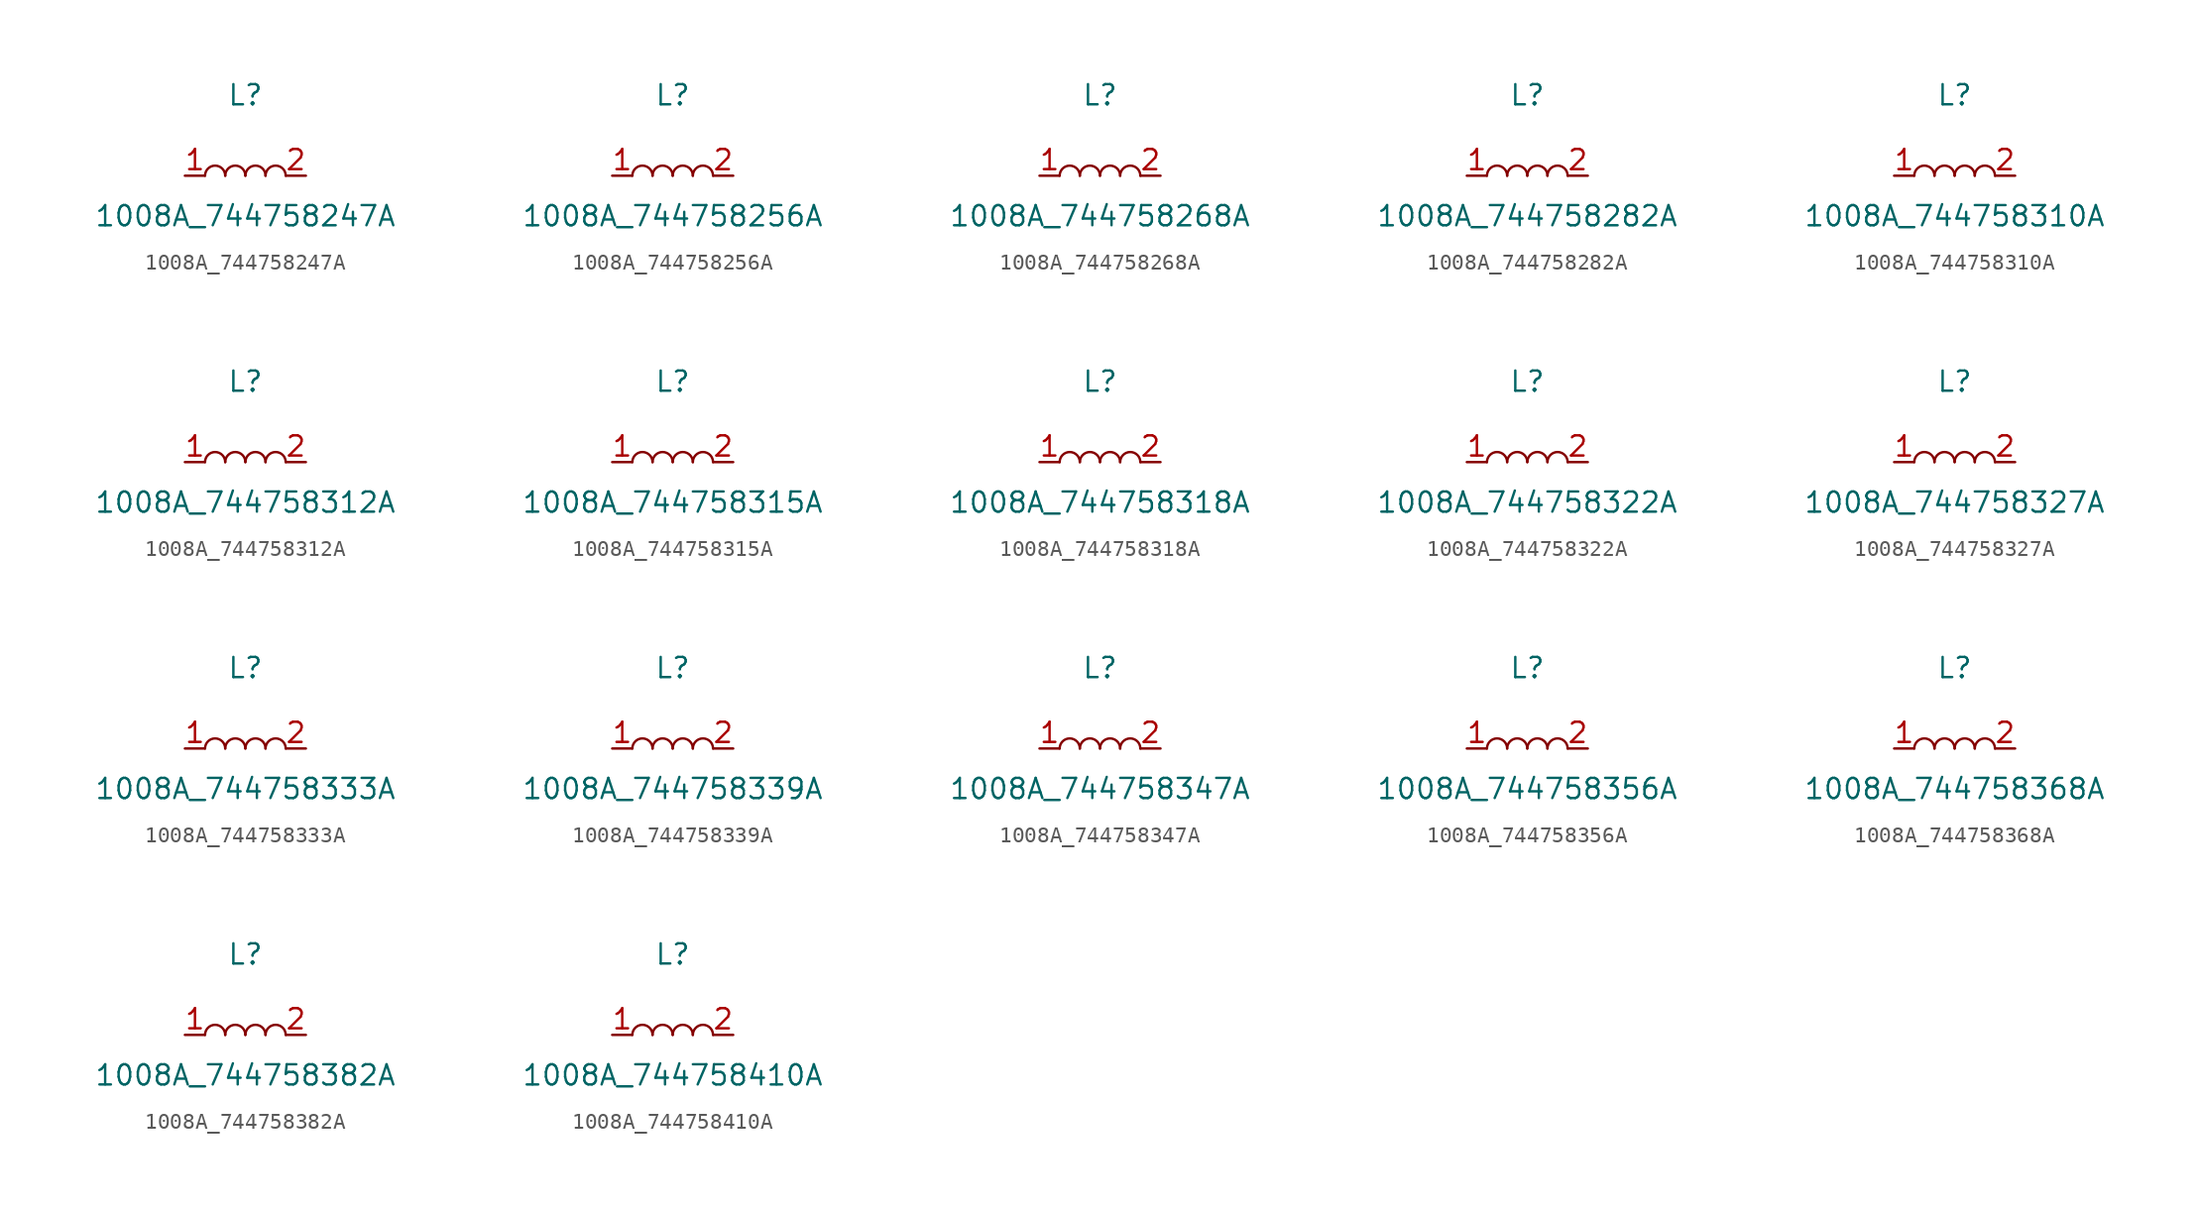
<source format=kicad_sym>
(kicad_symbol_lib
  (version 20220914)
  (generator kicad_symbol_editor)
  (symbol "1008A_744758247A"
    (pin_names hide)
    (property "Reference" "L"
      (at 0 5.08 0)
      (effects (font (size 1.27 1.27))))
    (property "Value" "1008A_744758247A"
      (at 0 -2.54 0)
      (effects (font (size 1.27 1.27))))
    (symbol "1008A_744758247A_0_1"
      (arc (start -1.27 0) (mid -1.905 0.6323) (end -2.54 0) (stroke (width 0) (type default)) (fill (type none)))
      (arc (start 0 0) (mid -0.635 0.6323) (end -1.27 0) (stroke (width 0) (type default)) (fill (type none)))
      (arc (start 1.27 0) (mid 0.635 0.6323) (end 0 0) (stroke (width 0) (type default)) (fill (type none)))
      (arc (start 2.54 0) (mid 1.905 0.6323) (end 1.27 0) (stroke (width 0) (type default)) (fill (type none))))
    (symbol "1008A_744758247A_1_1"
      (pin passive line (at -3.81 0 0) (length 1.27) (name "1" (effects (font (size 1.27 1.27)))) (number "1" (effects (font (size 1.27 1.27)))))
      (pin passive line (at 3.81 0 180) (length 1.27) (name "2" (effects (font (size 1.27 1.27)))) (number "2" (effects (font (size 1.27 1.27)))))))
  (symbol "1008A_744758256A"
    (pin_names hide)
    (property "Reference" "L"
      (at 0 5.08 0)
      (effects (font (size 1.27 1.27))))
    (property "Value" "1008A_744758256A"
      (at 0 -2.54 0)
      (effects (font (size 1.27 1.27))))
    (symbol "1008A_744758256A_0_1"
      (arc (start -1.27 0) (mid -1.905 0.6323) (end -2.54 0) (stroke (width 0) (type default)) (fill (type none)))
      (arc (start 0 0) (mid -0.635 0.6323) (end -1.27 0) (stroke (width 0) (type default)) (fill (type none)))
      (arc (start 1.27 0) (mid 0.635 0.6323) (end 0 0) (stroke (width 0) (type default)) (fill (type none)))
      (arc (start 2.54 0) (mid 1.905 0.6323) (end 1.27 0) (stroke (width 0) (type default)) (fill (type none))))
    (symbol "1008A_744758256A_1_1"
      (pin passive line (at -3.81 0 0) (length 1.27) (name "1" (effects (font (size 1.27 1.27)))) (number "1" (effects (font (size 1.27 1.27)))))
      (pin passive line (at 3.81 0 180) (length 1.27) (name "2" (effects (font (size 1.27 1.27)))) (number "2" (effects (font (size 1.27 1.27)))))))
  (symbol "1008A_744758268A"
    (pin_names hide)
    (property "Reference" "L"
      (at 0 5.08 0)
      (effects (font (size 1.27 1.27))))
    (property "Value" "1008A_744758268A"
      (at 0 -2.54 0)
      (effects (font (size 1.27 1.27))))
    (symbol "1008A_744758268A_0_1"
      (arc (start -1.27 0) (mid -1.905 0.6323) (end -2.54 0) (stroke (width 0) (type default)) (fill (type none)))
      (arc (start 0 0) (mid -0.635 0.6323) (end -1.27 0) (stroke (width 0) (type default)) (fill (type none)))
      (arc (start 1.27 0) (mid 0.635 0.6323) (end 0 0) (stroke (width 0) (type default)) (fill (type none)))
      (arc (start 2.54 0) (mid 1.905 0.6323) (end 1.27 0) (stroke (width 0) (type default)) (fill (type none))))
    (symbol "1008A_744758268A_1_1"
      (pin passive line (at -3.81 0 0) (length 1.27) (name "1" (effects (font (size 1.27 1.27)))) (number "1" (effects (font (size 1.27 1.27)))))
      (pin passive line (at 3.81 0 180) (length 1.27) (name "2" (effects (font (size 1.27 1.27)))) (number "2" (effects (font (size 1.27 1.27)))))))
  (symbol "1008A_744758282A"
    (pin_names hide)
    (property "Reference" "L"
      (at 0 5.08 0)
      (effects (font (size 1.27 1.27))))
    (property "Value" "1008A_744758282A"
      (at 0 -2.54 0)
      (effects (font (size 1.27 1.27))))
    (symbol "1008A_744758282A_0_1"
      (arc (start -1.27 0) (mid -1.905 0.6323) (end -2.54 0) (stroke (width 0) (type default)) (fill (type none)))
      (arc (start 0 0) (mid -0.635 0.6323) (end -1.27 0) (stroke (width 0) (type default)) (fill (type none)))
      (arc (start 1.27 0) (mid 0.635 0.6323) (end 0 0) (stroke (width 0) (type default)) (fill (type none)))
      (arc (start 2.54 0) (mid 1.905 0.6323) (end 1.27 0) (stroke (width 0) (type default)) (fill (type none))))
    (symbol "1008A_744758282A_1_1"
      (pin passive line (at -3.81 0 0) (length 1.27) (name "1" (effects (font (size 1.27 1.27)))) (number "1" (effects (font (size 1.27 1.27)))))
      (pin passive line (at 3.81 0 180) (length 1.27) (name "2" (effects (font (size 1.27 1.27)))) (number "2" (effects (font (size 1.27 1.27)))))))
  (symbol "1008A_744758310A"
    (pin_names hide)
    (property "Reference" "L"
      (at 0 5.08 0)
      (effects (font (size 1.27 1.27))))
    (property "Value" "1008A_744758310A"
      (at 0 -2.54 0)
      (effects (font (size 1.27 1.27))))
    (symbol "1008A_744758310A_0_1"
      (arc (start -1.27 0) (mid -1.905 0.6323) (end -2.54 0) (stroke (width 0) (type default)) (fill (type none)))
      (arc (start 0 0) (mid -0.635 0.6323) (end -1.27 0) (stroke (width 0) (type default)) (fill (type none)))
      (arc (start 1.27 0) (mid 0.635 0.6323) (end 0 0) (stroke (width 0) (type default)) (fill (type none)))
      (arc (start 2.54 0) (mid 1.905 0.6323) (end 1.27 0) (stroke (width 0) (type default)) (fill (type none))))
    (symbol "1008A_744758310A_1_1"
      (pin passive line (at -3.81 0 0) (length 1.27) (name "1" (effects (font (size 1.27 1.27)))) (number "1" (effects (font (size 1.27 1.27)))))
      (pin passive line (at 3.81 0 180) (length 1.27) (name "2" (effects (font (size 1.27 1.27)))) (number "2" (effects (font (size 1.27 1.27)))))))
  (symbol "1008A_744758312A"
    (pin_names hide)
    (property "Reference" "L"
      (at 0 5.08 0)
      (effects (font (size 1.27 1.27))))
    (property "Value" "1008A_744758312A"
      (at 0 -2.54 0)
      (effects (font (size 1.27 1.27))))
    (symbol "1008A_744758312A_0_1"
      (arc (start -1.27 0) (mid -1.905 0.6323) (end -2.54 0) (stroke (width 0) (type default)) (fill (type none)))
      (arc (start 0 0) (mid -0.635 0.6323) (end -1.27 0) (stroke (width 0) (type default)) (fill (type none)))
      (arc (start 1.27 0) (mid 0.635 0.6323) (end 0 0) (stroke (width 0) (type default)) (fill (type none)))
      (arc (start 2.54 0) (mid 1.905 0.6323) (end 1.27 0) (stroke (width 0) (type default)) (fill (type none))))
    (symbol "1008A_744758312A_1_1"
      (pin passive line (at -3.81 0 0) (length 1.27) (name "1" (effects (font (size 1.27 1.27)))) (number "1" (effects (font (size 1.27 1.27)))))
      (pin passive line (at 3.81 0 180) (length 1.27) (name "2" (effects (font (size 1.27 1.27)))) (number "2" (effects (font (size 1.27 1.27)))))))
  (symbol "1008A_744758315A"
    (pin_names hide)
    (property "Reference" "L"
      (at 0 5.08 0)
      (effects (font (size 1.27 1.27))))
    (property "Value" "1008A_744758315A"
      (at 0 -2.54 0)
      (effects (font (size 1.27 1.27))))
    (symbol "1008A_744758315A_0_1"
      (arc (start -1.27 0) (mid -1.905 0.6323) (end -2.54 0) (stroke (width 0) (type default)) (fill (type none)))
      (arc (start 0 0) (mid -0.635 0.6323) (end -1.27 0) (stroke (width 0) (type default)) (fill (type none)))
      (arc (start 1.27 0) (mid 0.635 0.6323) (end 0 0) (stroke (width 0) (type default)) (fill (type none)))
      (arc (start 2.54 0) (mid 1.905 0.6323) (end 1.27 0) (stroke (width 0) (type default)) (fill (type none))))
    (symbol "1008A_744758315A_1_1"
      (pin passive line (at -3.81 0 0) (length 1.27) (name "1" (effects (font (size 1.27 1.27)))) (number "1" (effects (font (size 1.27 1.27)))))
      (pin passive line (at 3.81 0 180) (length 1.27) (name "2" (effects (font (size 1.27 1.27)))) (number "2" (effects (font (size 1.27 1.27)))))))
  (symbol "1008A_744758318A"
    (pin_names hide)
    (property "Reference" "L"
      (at 0 5.08 0)
      (effects (font (size 1.27 1.27))))
    (property "Value" "1008A_744758318A"
      (at 0 -2.54 0)
      (effects (font (size 1.27 1.27))))
    (symbol "1008A_744758318A_0_1"
      (arc (start -1.27 0) (mid -1.905 0.6323) (end -2.54 0) (stroke (width 0) (type default)) (fill (type none)))
      (arc (start 0 0) (mid -0.635 0.6323) (end -1.27 0) (stroke (width 0) (type default)) (fill (type none)))
      (arc (start 1.27 0) (mid 0.635 0.6323) (end 0 0) (stroke (width 0) (type default)) (fill (type none)))
      (arc (start 2.54 0) (mid 1.905 0.6323) (end 1.27 0) (stroke (width 0) (type default)) (fill (type none))))
    (symbol "1008A_744758318A_1_1"
      (pin passive line (at -3.81 0 0) (length 1.27) (name "1" (effects (font (size 1.27 1.27)))) (number "1" (effects (font (size 1.27 1.27)))))
      (pin passive line (at 3.81 0 180) (length 1.27) (name "2" (effects (font (size 1.27 1.27)))) (number "2" (effects (font (size 1.27 1.27)))))))
  (symbol "1008A_744758322A"
    (pin_names hide)
    (property "Reference" "L"
      (at 0 5.08 0)
      (effects (font (size 1.27 1.27))))
    (property "Value" "1008A_744758322A"
      (at 0 -2.54 0)
      (effects (font (size 1.27 1.27))))
    (symbol "1008A_744758322A_0_1"
      (arc (start -1.27 0) (mid -1.905 0.6323) (end -2.54 0) (stroke (width 0) (type default)) (fill (type none)))
      (arc (start 0 0) (mid -0.635 0.6323) (end -1.27 0) (stroke (width 0) (type default)) (fill (type none)))
      (arc (start 1.27 0) (mid 0.635 0.6323) (end 0 0) (stroke (width 0) (type default)) (fill (type none)))
      (arc (start 2.54 0) (mid 1.905 0.6323) (end 1.27 0) (stroke (width 0) (type default)) (fill (type none))))
    (symbol "1008A_744758322A_1_1"
      (pin passive line (at -3.81 0 0) (length 1.27) (name "1" (effects (font (size 1.27 1.27)))) (number "1" (effects (font (size 1.27 1.27)))))
      (pin passive line (at 3.81 0 180) (length 1.27) (name "2" (effects (font (size 1.27 1.27)))) (number "2" (effects (font (size 1.27 1.27)))))))
  (symbol "1008A_744758327A"
    (pin_names hide)
    (property "Reference" "L"
      (at 0 5.08 0)
      (effects (font (size 1.27 1.27))))
    (property "Value" "1008A_744758327A"
      (at 0 -2.54 0)
      (effects (font (size 1.27 1.27))))
    (symbol "1008A_744758327A_0_1"
      (arc (start -1.27 0) (mid -1.905 0.6323) (end -2.54 0) (stroke (width 0) (type default)) (fill (type none)))
      (arc (start 0 0) (mid -0.635 0.6323) (end -1.27 0) (stroke (width 0) (type default)) (fill (type none)))
      (arc (start 1.27 0) (mid 0.635 0.6323) (end 0 0) (stroke (width 0) (type default)) (fill (type none)))
      (arc (start 2.54 0) (mid 1.905 0.6323) (end 1.27 0) (stroke (width 0) (type default)) (fill (type none))))
    (symbol "1008A_744758327A_1_1"
      (pin passive line (at -3.81 0 0) (length 1.27) (name "1" (effects (font (size 1.27 1.27)))) (number "1" (effects (font (size 1.27 1.27)))))
      (pin passive line (at 3.81 0 180) (length 1.27) (name "2" (effects (font (size 1.27 1.27)))) (number "2" (effects (font (size 1.27 1.27)))))))
  (symbol "1008A_744758333A"
    (pin_names hide)
    (property "Reference" "L"
      (at 0 5.08 0)
      (effects (font (size 1.27 1.27))))
    (property "Value" "1008A_744758333A"
      (at 0 -2.54 0)
      (effects (font (size 1.27 1.27))))
    (symbol "1008A_744758333A_0_1"
      (arc (start -1.27 0) (mid -1.905 0.6323) (end -2.54 0) (stroke (width 0) (type default)) (fill (type none)))
      (arc (start 0 0) (mid -0.635 0.6323) (end -1.27 0) (stroke (width 0) (type default)) (fill (type none)))
      (arc (start 1.27 0) (mid 0.635 0.6323) (end 0 0) (stroke (width 0) (type default)) (fill (type none)))
      (arc (start 2.54 0) (mid 1.905 0.6323) (end 1.27 0) (stroke (width 0) (type default)) (fill (type none))))
    (symbol "1008A_744758333A_1_1"
      (pin passive line (at -3.81 0 0) (length 1.27) (name "1" (effects (font (size 1.27 1.27)))) (number "1" (effects (font (size 1.27 1.27)))))
      (pin passive line (at 3.81 0 180) (length 1.27) (name "2" (effects (font (size 1.27 1.27)))) (number "2" (effects (font (size 1.27 1.27)))))))
  (symbol "1008A_744758339A"
    (pin_names hide)
    (property "Reference" "L"
      (at 0 5.08 0)
      (effects (font (size 1.27 1.27))))
    (property "Value" "1008A_744758339A"
      (at 0 -2.54 0)
      (effects (font (size 1.27 1.27))))
    (symbol "1008A_744758339A_0_1"
      (arc (start -1.27 0) (mid -1.905 0.6323) (end -2.54 0) (stroke (width 0) (type default)) (fill (type none)))
      (arc (start 0 0) (mid -0.635 0.6323) (end -1.27 0) (stroke (width 0) (type default)) (fill (type none)))
      (arc (start 1.27 0) (mid 0.635 0.6323) (end 0 0) (stroke (width 0) (type default)) (fill (type none)))
      (arc (start 2.54 0) (mid 1.905 0.6323) (end 1.27 0) (stroke (width 0) (type default)) (fill (type none))))
    (symbol "1008A_744758339A_1_1"
      (pin passive line (at -3.81 0 0) (length 1.27) (name "1" (effects (font (size 1.27 1.27)))) (number "1" (effects (font (size 1.27 1.27)))))
      (pin passive line (at 3.81 0 180) (length 1.27) (name "2" (effects (font (size 1.27 1.27)))) (number "2" (effects (font (size 1.27 1.27)))))))
  (symbol "1008A_744758347A"
    (pin_names hide)
    (property "Reference" "L"
      (at 0 5.08 0)
      (effects (font (size 1.27 1.27))))
    (property "Value" "1008A_744758347A"
      (at 0 -2.54 0)
      (effects (font (size 1.27 1.27))))
    (symbol "1008A_744758347A_0_1"
      (arc (start -1.27 0) (mid -1.905 0.6323) (end -2.54 0) (stroke (width 0) (type default)) (fill (type none)))
      (arc (start 0 0) (mid -0.635 0.6323) (end -1.27 0) (stroke (width 0) (type default)) (fill (type none)))
      (arc (start 1.27 0) (mid 0.635 0.6323) (end 0 0) (stroke (width 0) (type default)) (fill (type none)))
      (arc (start 2.54 0) (mid 1.905 0.6323) (end 1.27 0) (stroke (width 0) (type default)) (fill (type none))))
    (symbol "1008A_744758347A_1_1"
      (pin passive line (at -3.81 0 0) (length 1.27) (name "1" (effects (font (size 1.27 1.27)))) (number "1" (effects (font (size 1.27 1.27)))))
      (pin passive line (at 3.81 0 180) (length 1.27) (name "2" (effects (font (size 1.27 1.27)))) (number "2" (effects (font (size 1.27 1.27)))))))
  (symbol "1008A_744758356A"
    (pin_names hide)
    (property "Reference" "L"
      (at 0 5.08 0)
      (effects (font (size 1.27 1.27))))
    (property "Value" "1008A_744758356A"
      (at 0 -2.54 0)
      (effects (font (size 1.27 1.27))))
    (symbol "1008A_744758356A_0_1"
      (arc (start -1.27 0) (mid -1.905 0.6323) (end -2.54 0) (stroke (width 0) (type default)) (fill (type none)))
      (arc (start 0 0) (mid -0.635 0.6323) (end -1.27 0) (stroke (width 0) (type default)) (fill (type none)))
      (arc (start 1.27 0) (mid 0.635 0.6323) (end 0 0) (stroke (width 0) (type default)) (fill (type none)))
      (arc (start 2.54 0) (mid 1.905 0.6323) (end 1.27 0) (stroke (width 0) (type default)) (fill (type none))))
    (symbol "1008A_744758356A_1_1"
      (pin passive line (at -3.81 0 0) (length 1.27) (name "1" (effects (font (size 1.27 1.27)))) (number "1" (effects (font (size 1.27 1.27)))))
      (pin passive line (at 3.81 0 180) (length 1.27) (name "2" (effects (font (size 1.27 1.27)))) (number "2" (effects (font (size 1.27 1.27)))))))
  (symbol "1008A_744758368A"
    (pin_names hide)
    (property "Reference" "L"
      (at 0 5.08 0)
      (effects (font (size 1.27 1.27))))
    (property "Value" "1008A_744758368A"
      (at 0 -2.54 0)
      (effects (font (size 1.27 1.27))))
    (symbol "1008A_744758368A_0_1"
      (arc (start -1.27 0) (mid -1.905 0.6323) (end -2.54 0) (stroke (width 0) (type default)) (fill (type none)))
      (arc (start 0 0) (mid -0.635 0.6323) (end -1.27 0) (stroke (width 0) (type default)) (fill (type none)))
      (arc (start 1.27 0) (mid 0.635 0.6323) (end 0 0) (stroke (width 0) (type default)) (fill (type none)))
      (arc (start 2.54 0) (mid 1.905 0.6323) (end 1.27 0) (stroke (width 0) (type default)) (fill (type none))))
    (symbol "1008A_744758368A_1_1"
      (pin passive line (at -3.81 0 0) (length 1.27) (name "1" (effects (font (size 1.27 1.27)))) (number "1" (effects (font (size 1.27 1.27)))))
      (pin passive line (at 3.81 0 180) (length 1.27) (name "2" (effects (font (size 1.27 1.27)))) (number "2" (effects (font (size 1.27 1.27)))))))
  (symbol "1008A_744758382A"
    (pin_names hide)
    (property "Reference" "L"
      (at 0 5.08 0)
      (effects (font (size 1.27 1.27))))
    (property "Value" "1008A_744758382A"
      (at 0 -2.54 0)
      (effects (font (size 1.27 1.27))))
    (symbol "1008A_744758382A_0_1"
      (arc (start -1.27 0) (mid -1.905 0.6323) (end -2.54 0) (stroke (width 0) (type default)) (fill (type none)))
      (arc (start 0 0) (mid -0.635 0.6323) (end -1.27 0) (stroke (width 0) (type default)) (fill (type none)))
      (arc (start 1.27 0) (mid 0.635 0.6323) (end 0 0) (stroke (width 0) (type default)) (fill (type none)))
      (arc (start 2.54 0) (mid 1.905 0.6323) (end 1.27 0) (stroke (width 0) (type default)) (fill (type none))))
    (symbol "1008A_744758382A_1_1"
      (pin passive line (at -3.81 0 0) (length 1.27) (name "1" (effects (font (size 1.27 1.27)))) (number "1" (effects (font (size 1.27 1.27)))))
      (pin passive line (at 3.81 0 180) (length 1.27) (name "2" (effects (font (size 1.27 1.27)))) (number "2" (effects (font (size 1.27 1.27)))))))
  (symbol "1008A_744758410A"
    (pin_names hide)
    (property "Reference" "L"
      (at 0 5.08 0)
      (effects (font (size 1.27 1.27))))
    (property "Value" "1008A_744758410A"
      (at 0 -2.54 0)
      (effects (font (size 1.27 1.27))))
    (symbol "1008A_744758410A_0_1"
      (arc (start -1.27 0) (mid -1.905 0.6323) (end -2.54 0) (stroke (width 0) (type default)) (fill (type none)))
      (arc (start 0 0) (mid -0.635 0.6323) (end -1.27 0) (stroke (width 0) (type default)) (fill (type none)))
      (arc (start 1.27 0) (mid 0.635 0.6323) (end 0 0) (stroke (width 0) (type default)) (fill (type none)))
      (arc (start 2.54 0) (mid 1.905 0.6323) (end 1.27 0) (stroke (width 0) (type default)) (fill (type none))))
    (symbol "1008A_744758410A_1_1"
      (pin passive line (at -3.81 0 0) (length 1.27) (name "1" (effects (font (size 1.27 1.27)))) (number "1" (effects (font (size 1.27 1.27)))))
      (pin passive line (at 3.81 0 180) (length 1.27) (name "2" (effects (font (size 1.27 1.27)))) (number "2" (effects (font (size 1.27 1.27))))))))
</source>
